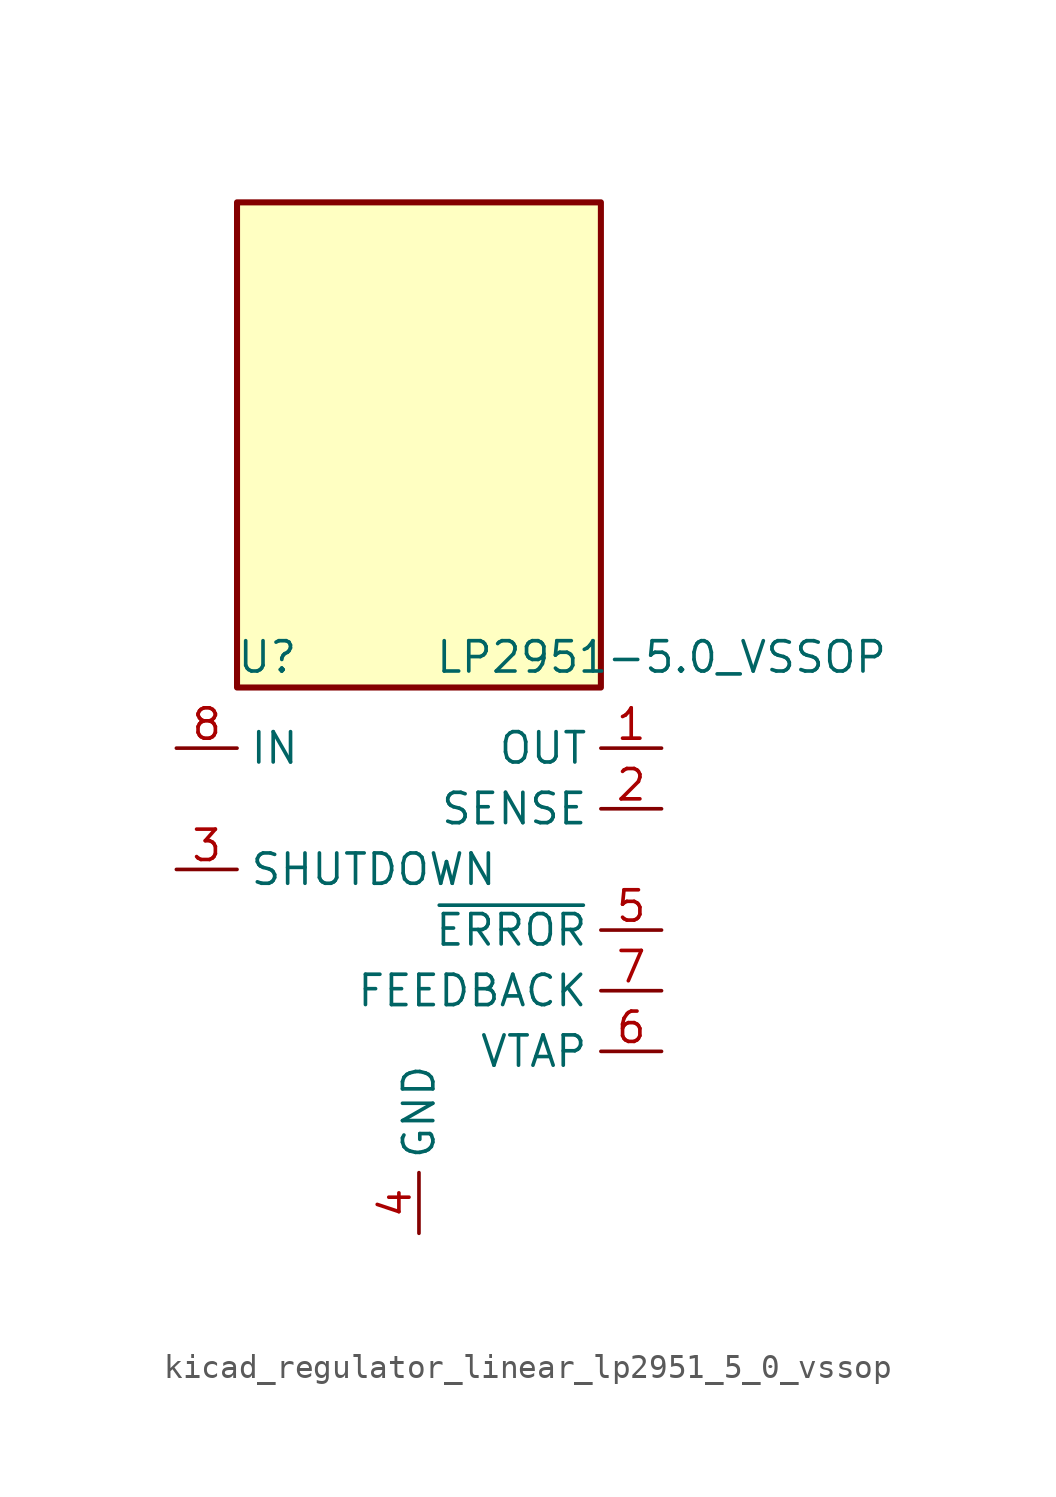
<source format=kicad_sym>
(kicad_symbol_lib
  (version 20220914)
  (generator kicad_symbol_editor)
  (symbol "kicad_regulator_linear_lp2951_5_0_vssop"
    (property "Reference" "U"
      (at -6.35 11.43 0)
      (effects (font (size 1.27 1.27))))
    (property "Value" "LP2951-5.0_VSSOP"
      (at 10.16 11.43 0)
      (effects (font (size 1.27 1.27))))
    (symbol "kicad_regulator_linear_lp2951_5_0_vssop_0_1"
      (rectangle (start 7.62 30.48) (end -7.62 10.16) (stroke (width 0.254) (type default)) (fill (type background))))
    (symbol "kicad_regulator_linear_lp2951_5_0_vssop_1_1"
      (pin power_out line (at 10.16 7.62 180) (length 2.54) (name "OUT" (effects (font (size 1.27 1.27)))) (number "1" (effects (font (size 1.27 1.27)))))
      (pin passive line (at 10.16 5.08 180) (length 2.54) (name "SENSE" (effects (font (size 1.27 1.27)))) (number "2" (effects (font (size 1.27 1.27)))))
      (pin input line (at -10.16 2.54 0) (length 2.54) (name "SHUTDOWN" (effects (font (size 1.27 1.27)))) (number "3" (effects (font (size 1.27 1.27)))))
      (pin power_in line (at 0 -12.7 90) (length 2.54) (name "GND" (effects (font (size 1.27 1.27)))) (number "4" (effects (font (size 1.27 1.27)))))
      (pin open_collector line (at 10.16 0 180) (length 2.54) (name "~{ERROR}" (effects (font (size 1.27 1.27)))) (number "5" (effects (font (size 1.27 1.27)))))
      (pin input line (at 10.16 -5.08 180) (length 2.54) (name "VTAP" (effects (font (size 1.27 1.27)))) (number "6" (effects (font (size 1.27 1.27)))))
      (pin input line (at 10.16 -2.54 180) (length 2.54) (name "FEEDBACK" (effects (font (size 1.27 1.27)))) (number "7" (effects (font (size 1.27 1.27)))))
      (pin power_in line (at -10.16 7.62 0) (length 2.54) (name "IN" (effects (font (size 1.27 1.27)))) (number "8" (effects (font (size 1.27 1.27))))))))
</source>
